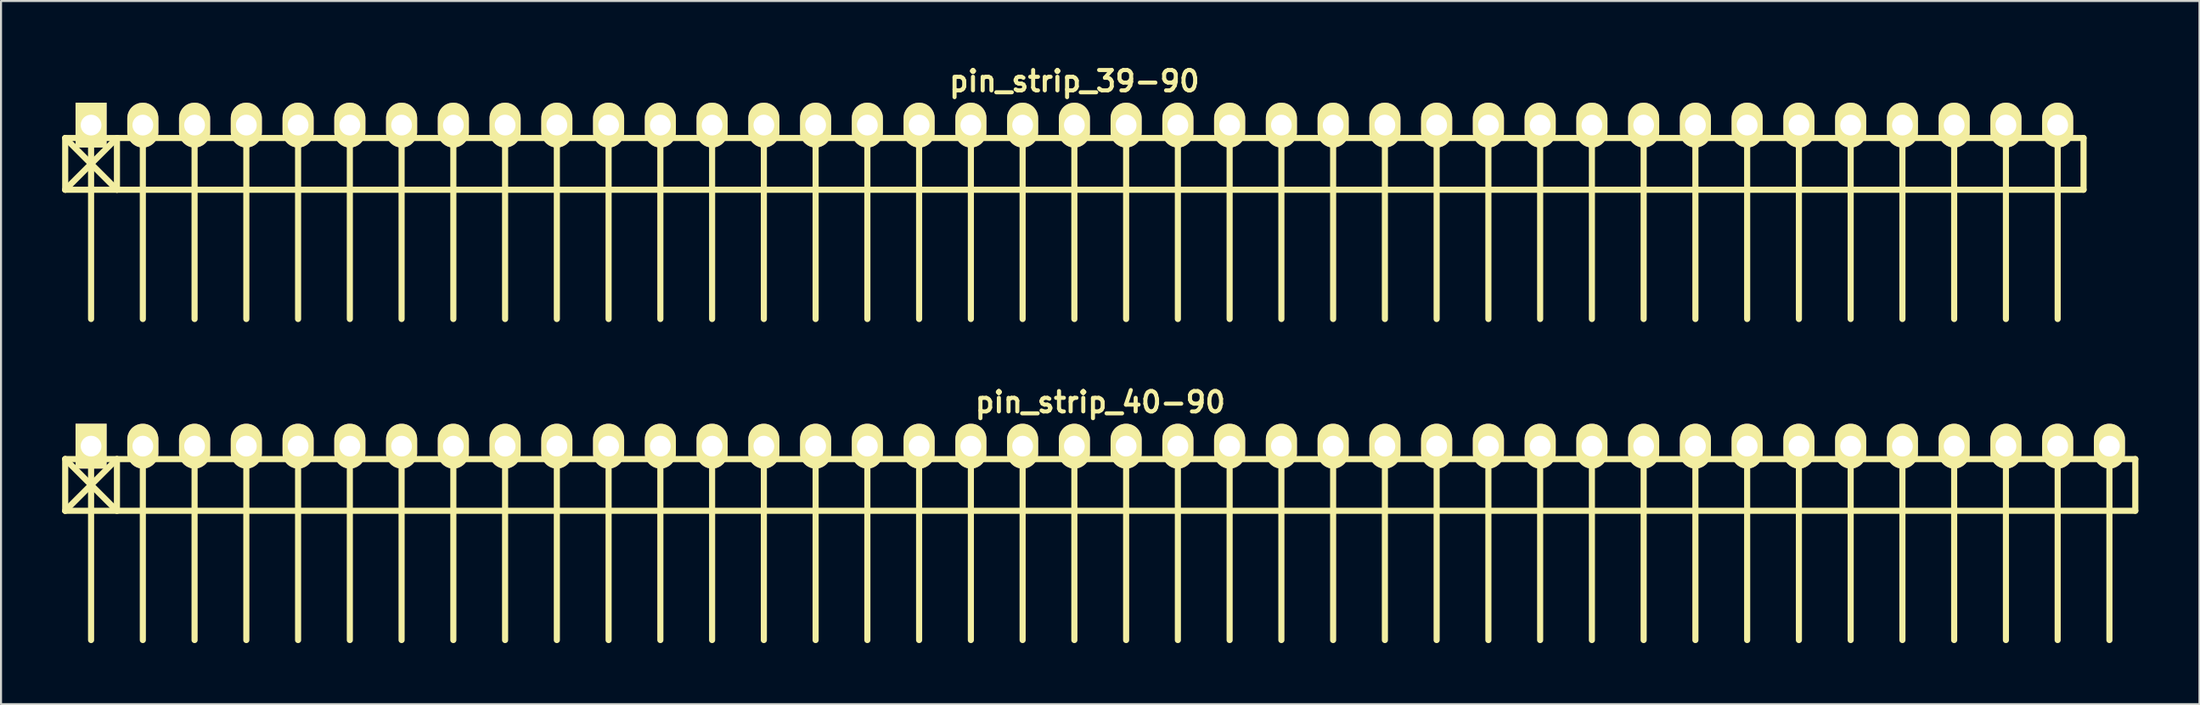
<source format=kicad_pcb>
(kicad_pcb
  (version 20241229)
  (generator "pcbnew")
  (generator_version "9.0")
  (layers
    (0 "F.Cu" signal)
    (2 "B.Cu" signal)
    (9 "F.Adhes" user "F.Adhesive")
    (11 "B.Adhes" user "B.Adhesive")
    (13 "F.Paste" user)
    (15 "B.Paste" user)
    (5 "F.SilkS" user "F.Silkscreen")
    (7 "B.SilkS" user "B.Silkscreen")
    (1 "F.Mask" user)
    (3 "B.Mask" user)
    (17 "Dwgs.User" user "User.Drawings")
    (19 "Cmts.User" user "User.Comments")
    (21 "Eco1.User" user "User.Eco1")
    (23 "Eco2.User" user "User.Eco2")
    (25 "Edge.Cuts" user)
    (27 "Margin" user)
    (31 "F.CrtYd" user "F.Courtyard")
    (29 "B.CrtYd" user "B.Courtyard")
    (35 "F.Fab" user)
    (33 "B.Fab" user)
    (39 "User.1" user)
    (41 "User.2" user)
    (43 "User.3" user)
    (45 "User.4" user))
  (footprint "pin_strip_40-90"
    (layer "F.Cu")
    (at 50.95 18.865)
    (property "Reference" "pin_strip_40-90" (at 0 -2.159 0) (layer "F.SilkS") (effects (font (size 1 1) (thickness 0.2))))
    (attr through_hole)
    (fp_line (start -50.8 0.635) (end 50.8 0.635) (stroke (width 0.3) (type solid)) (layer "F.SilkS"))
    (fp_line (start -50.8 3.175) (end -50.8 0.635) (stroke (width 0.3) (type solid)) (layer "F.SilkS"))
    (fp_line (start -50.8 3.175) (end -48.26 0.635) (stroke (width 0.3) (type solid)) (layer "F.SilkS"))
    (fp_line (start -49.53 0) (end -49.53 9.525) (stroke (width 0.3) (type solid)) (layer "F.SilkS"))
    (fp_line (start -48.26 0.635) (end -48.26 3.175) (stroke (width 0.3) (type solid)) (layer "F.SilkS"))
    (fp_line (start -48.26 3.175) (end -50.8 0.635) (stroke (width 0.3) (type solid)) (layer "F.SilkS"))
    (fp_line (start -46.99 0) (end -46.99 9.525) (stroke (width 0.3) (type solid)) (layer "F.SilkS"))
    (fp_line (start -44.45 9.525) (end -44.45 0) (stroke (width 0.3) (type solid)) (layer "F.SilkS"))
    (fp_line (start -41.91 0) (end -41.91 9.525) (stroke (width 0.3) (type solid)) (layer "F.SilkS"))
    (fp_line (start -39.37 0) (end -39.37 9.525) (stroke (width 0.3) (type solid)) (layer "F.SilkS"))
    (fp_line (start -36.83 0) (end -36.83 9.525) (stroke (width 0.3) (type solid)) (layer "F.SilkS"))
    (fp_line (start -34.29 0) (end -34.29 9.525) (stroke (width 0.3) (type solid)) (layer "F.SilkS"))
    (fp_line (start -31.75 0) (end -31.75 9.525) (stroke (width 0.3) (type solid)) (layer "F.SilkS"))
    (fp_line (start -29.21 0) (end -29.21 9.525) (stroke (width 0.3) (type solid)) (layer "F.SilkS"))
    (fp_line (start -26.67 0) (end -26.67 9.525) (stroke (width 0.3) (type solid)) (layer "F.SilkS"))
    (fp_line (start -24.13 0) (end -24.13 9.525) (stroke (width 0.3) (type solid)) (layer "F.SilkS"))
    (fp_line (start -21.59 0) (end -21.59 9.525) (stroke (width 0.3) (type solid)) (layer "F.SilkS"))
    (fp_line (start -19.05 9.525) (end -19.05 0) (stroke (width 0.3) (type solid)) (layer "F.SilkS"))
    (fp_line (start -16.51 0) (end -16.51 9.525) (stroke (width 0.3) (type solid)) (layer "F.SilkS"))
    (fp_line (start -13.97 0) (end -13.97 9.525) (stroke (width 0.3) (type solid)) (layer "F.SilkS"))
    (fp_line (start -11.43 0) (end -11.43 9.525) (stroke (width 0.3) (type solid)) (layer "F.SilkS"))
    (fp_line (start -8.89 0) (end -8.89 9.525) (stroke (width 0.3) (type solid)) (layer "F.SilkS"))
    (fp_line (start -6.35 0) (end -6.35 9.525) (stroke (width 0.3) (type solid)) (layer "F.SilkS"))
    (fp_line (start -3.81 0) (end -3.81 9.525) (stroke (width 0.3) (type solid)) (layer "F.SilkS"))
    (fp_line (start -1.27 0) (end -1.27 9.525) (stroke (width 0.3) (type solid)) (layer "F.SilkS"))
    (fp_line (start 1.27 0) (end 1.27 9.525) (stroke (width 0.3) (type solid)) (layer "F.SilkS"))
    (fp_line (start 3.81 0) (end 3.81 9.525) (stroke (width 0.3) (type solid)) (layer "F.SilkS"))
    (fp_line (start 6.35 9.525) (end 6.35 0) (stroke (width 0.3) (type solid)) (layer "F.SilkS"))
    (fp_line (start 8.89 0) (end 8.89 9.525) (stroke (width 0.3) (type solid)) (layer "F.SilkS"))
    (fp_line (start 11.43 0) (end 11.43 9.525) (stroke (width 0.3) (type solid)) (layer "F.SilkS"))
    (fp_line (start 13.97 0) (end 13.97 9.525) (stroke (width 0.3) (type solid)) (layer "F.SilkS"))
    (fp_line (start 16.51 0) (end 16.51 9.525) (stroke (width 0.3) (type solid)) (layer "F.SilkS"))
    (fp_line (start 19.05 0) (end 19.05 9.525) (stroke (width 0.3) (type solid)) (layer "F.SilkS"))
    (fp_line (start 21.59 0) (end 21.59 9.525) (stroke (width 0.3) (type solid)) (layer "F.SilkS"))
    (fp_line (start 24.13 0) (end 24.13 9.525) (stroke (width 0.3) (type solid)) (layer "F.SilkS"))
    (fp_line (start 26.67 0) (end 26.67 9.525) (stroke (width 0.3) (type solid)) (layer "F.SilkS"))
    (fp_line (start 29.21 0) (end 29.21 9.525) (stroke (width 0.3) (type solid)) (layer "F.SilkS"))
    (fp_line (start 31.75 9.525) (end 31.75 0) (stroke (width 0.3) (type solid)) (layer "F.SilkS"))
    (fp_line (start 34.29 0) (end 34.29 9.525) (stroke (width 0.3) (type solid)) (layer "F.SilkS"))
    (fp_line (start 36.83 0) (end 36.83 9.525) (stroke (width 0.3) (type solid)) (layer "F.SilkS"))
    (fp_line (start 39.37 0) (end 39.37 9.525) (stroke (width 0.3) (type solid)) (layer "F.SilkS"))
    (fp_line (start 41.91 0) (end 41.91 9.525) (stroke (width 0.3) (type solid)) (layer "F.SilkS"))
    (fp_line (start 44.45 0) (end 44.45 9.525) (stroke (width 0.3) (type solid)) (layer "F.SilkS"))
    (fp_line (start 46.99 0) (end 46.99 9.525) (stroke (width 0.3) (type solid)) (layer "F.SilkS"))
    (fp_line (start 49.53 0) (end 49.53 9.525) (stroke (width 0.3) (type solid)) (layer "F.SilkS"))
    (fp_line (start 50.8 0.635) (end 50.8 3.175) (stroke (width 0.3) (type solid)) (layer "F.SilkS"))
    (fp_line (start 50.8 3.175) (end -50.8 3.175) (stroke (width 0.3) (type solid)) (layer "F.SilkS"))
    (pad "1" thru_hole rect (at -49.53 0) (size 1.524 2.2) (drill 1.02) (layers "*.Cu" "*.Mask" "F.SilkS"))
    (pad "2" thru_hole oval (at -46.99 0) (size 1.524 2.2) (drill 1.02) (layers "*.Cu" "*.Mask" "F.SilkS"))
    (pad "3" thru_hole oval (at -44.45 0) (size 1.524 2.2) (drill 1.02) (layers "*.Cu" "*.Mask" "F.SilkS"))
    (pad "4" thru_hole oval (at -41.91 0) (size 1.524 2.2) (drill 1.02) (layers "*.Cu" "*.Mask" "F.SilkS"))
    (pad "5" thru_hole oval (at -39.37 0) (size 1.524 2.2) (drill 1.02) (layers "*.Cu" "*.Mask" "F.SilkS"))
    (pad "6" thru_hole oval (at -36.83 0) (size 1.524 2.2) (drill 1.02) (layers "*.Cu" "*.Mask" "F.SilkS"))
    (pad "7" thru_hole oval (at -34.29 0) (size 1.524 2.2) (drill 1.02) (layers "*.Cu" "*.Mask" "F.SilkS"))
    (pad "8" thru_hole oval (at -31.75 0) (size 1.524 2.2) (drill 1.02) (layers "*.Cu" "*.Mask" "F.SilkS"))
    (pad "9" thru_hole oval (at -29.21 0) (size 1.524 2.2) (drill 1.02) (layers "*.Cu" "*.Mask" "F.SilkS"))
    (pad "10" thru_hole oval (at -26.67 0) (size 1.524 2.2) (drill 1.02) (layers "*.Cu" "*.Mask" "F.SilkS"))
    (pad "11" thru_hole oval (at -24.13 0) (size 1.524 2.2) (drill 1.02) (layers "*.Cu" "*.Mask" "F.SilkS"))
    (pad "12" thru_hole oval (at -21.59 0) (size 1.524 2.2) (drill 1.02) (layers "*.Cu" "*.Mask" "F.SilkS"))
    (pad "13" thru_hole oval (at -19.05 0) (size 1.524 2.2) (drill 1.02) (layers "*.Cu" "*.Mask" "F.SilkS"))
    (pad "14" thru_hole oval (at -16.51 0) (size 1.524 2.2) (drill 1.02) (layers "*.Cu" "*.Mask" "F.SilkS"))
    (pad "15" thru_hole oval (at -13.97 0) (size 1.524 2.2) (drill 1.02) (layers "*.Cu" "*.Mask" "F.SilkS"))
    (pad "16" thru_hole oval (at -11.43 0) (size 1.524 2.2) (drill 1.02) (layers "*.Cu" "*.Mask" "F.SilkS"))
    (pad "17" thru_hole oval (at -8.89 0) (size 1.524 2.2) (drill 1.02) (layers "*.Cu" "*.Mask" "F.SilkS"))
    (pad "18" thru_hole oval (at -6.35 0) (size 1.524 2.2) (drill 1.02) (layers "*.Cu" "*.Mask" "F.SilkS"))
    (pad "19" thru_hole oval (at -3.81 0) (size 1.524 2.2) (drill 1.02) (layers "*.Cu" "*.Mask" "F.SilkS"))
    (pad "20" thru_hole oval (at -1.27 0) (size 1.524 2.2) (drill 1.02) (layers "*.Cu" "*.Mask" "F.SilkS"))
    (pad "21" thru_hole oval (at 1.27 0) (size 1.524 2.2) (drill 1.02) (layers "*.Cu" "*.Mask" "F.SilkS"))
    (pad "22" thru_hole oval (at 3.81 0) (size 1.524 2.2) (drill 1.02) (layers "*.Cu" "*.Mask" "F.SilkS"))
    (pad "23" thru_hole oval (at 6.35 0) (size 1.524 2.2) (drill 1.02) (layers "*.Cu" "*.Mask" "F.SilkS"))
    (pad "24" thru_hole oval (at 8.89 0) (size 1.524 2.2) (drill 1.02) (layers "*.Cu" "*.Mask" "F.SilkS"))
    (pad "25" thru_hole oval (at 11.43 0) (size 1.524 2.2) (drill 1.02) (layers "*.Cu" "*.Mask" "F.SilkS"))
    (pad "26" thru_hole oval (at 13.97 0) (size 1.524 2.2) (drill 1.02) (layers "*.Cu" "*.Mask" "F.SilkS"))
    (pad "27" thru_hole oval (at 16.51 0) (size 1.524 2.2) (drill 1.02) (layers "*.Cu" "*.Mask" "F.SilkS"))
    (pad "28" thru_hole oval (at 19.05 0) (size 1.524 2.2) (drill 1.02) (layers "*.Cu" "*.Mask" "F.SilkS"))
    (pad "29" thru_hole oval (at 21.59 0) (size 1.524 2.2) (drill 1.02) (layers "*.Cu" "*.Mask" "F.SilkS"))
    (pad "30" thru_hole oval (at 24.13 0) (size 1.524 2.2) (drill 1.02) (layers "*.Cu" "*.Mask" "F.SilkS"))
    (pad "31" thru_hole oval (at 26.67 0) (size 1.524 2.2) (drill 1.02) (layers "*.Cu" "*.Mask" "F.SilkS"))
    (pad "32" thru_hole oval (at 29.21 0) (size 1.524 2.2) (drill 1.02) (layers "*.Cu" "*.Mask" "F.SilkS"))
    (pad "33" thru_hole oval (at 31.75 0) (size 1.524 2.2) (drill 1.02) (layers "*.Cu" "*.Mask" "F.SilkS"))
    (pad "34" thru_hole oval (at 34.29 0) (size 1.524 2.2) (drill 1.02) (layers "*.Cu" "*.Mask" "F.SilkS"))
    (pad "35" thru_hole oval (at 36.83 0) (size 1.524 2.2) (drill 1.02) (layers "*.Cu" "*.Mask" "F.SilkS"))
    (pad "36" thru_hole oval (at 39.37 0) (size 1.524 2.2) (drill 1.02) (layers "*.Cu" "*.Mask" "F.SilkS"))
    (pad "37" thru_hole oval (at 41.91 0) (size 1.524 2.2) (drill 1.02) (layers "*.Cu" "*.Mask" "F.SilkS"))
    (pad "38" thru_hole oval (at 44.45 0) (size 1.524 2.2) (drill 1.02) (layers "*.Cu" "*.Mask" "F.SilkS"))
    (pad "39" thru_hole oval (at 46.99 0) (size 1.524 2.2) (drill 1.02) (layers "*.Cu" "*.Mask" "F.SilkS"))
    (pad "40" thru_hole oval (at 49.53 0) (size 1.524 2.2) (drill 1.02) (layers "*.Cu" "*.Mask" "F.SilkS")))
  (footprint "pin_strip_39-90"
    (layer "F.Cu")
    (at 49.68 3.095)
    (property "Reference" "pin_strip_39-90" (at 0 -2.159 0) (layer "F.SilkS") (effects (font (size 1 1) (thickness 0.2))))
    (attr through_hole)
    (fp_line (start -49.53 0.635) (end 49.53 0.635) (stroke (width 0.3) (type solid)) (layer "F.SilkS"))
    (fp_line (start -49.53 3.175) (end -49.53 0.635) (stroke (width 0.3) (type solid)) (layer "F.SilkS"))
    (fp_line (start -49.53 3.175) (end -46.99 0.635) (stroke (width 0.3) (type solid)) (layer "F.SilkS"))
    (fp_line (start -48.26 0) (end -48.26 9.525) (stroke (width 0.3) (type solid)) (layer "F.SilkS"))
    (fp_line (start -46.99 0.635) (end -46.99 3.175) (stroke (width 0.3) (type solid)) (layer "F.SilkS"))
    (fp_line (start -46.99 3.175) (end -49.53 0.635) (stroke (width 0.3) (type solid)) (layer "F.SilkS"))
    (fp_line (start -45.72 0) (end -45.72 9.525) (stroke (width 0.3) (type solid)) (layer "F.SilkS"))
    (fp_line (start -43.18 9.525) (end -43.18 0) (stroke (width 0.3) (type solid)) (layer "F.SilkS"))
    (fp_line (start -40.64 0) (end -40.64 9.525) (stroke (width 0.3) (type solid)) (layer "F.SilkS"))
    (fp_line (start -38.1 0) (end -38.1 9.525) (stroke (width 0.3) (type solid)) (layer "F.SilkS"))
    (fp_line (start -35.56 0) (end -35.56 9.525) (stroke (width 0.3) (type solid)) (layer "F.SilkS"))
    (fp_line (start -33.02 0) (end -33.02 9.525) (stroke (width 0.3) (type solid)) (layer "F.SilkS"))
    (fp_line (start -30.48 0) (end -30.48 9.525) (stroke (width 0.3) (type solid)) (layer "F.SilkS"))
    (fp_line (start -27.94 0) (end -27.94 9.525) (stroke (width 0.3) (type solid)) (layer "F.SilkS"))
    (fp_line (start -25.4 0) (end -25.4 9.525) (stroke (width 0.3) (type solid)) (layer "F.SilkS"))
    (fp_line (start -22.86 0) (end -22.86 9.525) (stroke (width 0.3) (type solid)) (layer "F.SilkS"))
    (fp_line (start -20.32 0) (end -20.32 9.525) (stroke (width 0.3) (type solid)) (layer "F.SilkS"))
    (fp_line (start -17.78 9.525) (end -17.78 0) (stroke (width 0.3) (type solid)) (layer "F.SilkS"))
    (fp_line (start -15.24 0) (end -15.24 9.525) (stroke (width 0.3) (type solid)) (layer "F.SilkS"))
    (fp_line (start -12.7 0) (end -12.7 9.525) (stroke (width 0.3) (type solid)) (layer "F.SilkS"))
    (fp_line (start -10.16 0) (end -10.16 9.525) (stroke (width 0.3) (type solid)) (layer "F.SilkS"))
    (fp_line (start -7.62 0) (end -7.62 9.525) (stroke (width 0.3) (type solid)) (layer "F.SilkS"))
    (fp_line (start -5.08 0) (end -5.08 9.525) (stroke (width 0.3) (type solid)) (layer "F.SilkS"))
    (fp_line (start -2.54 0) (end -2.54 9.525) (stroke (width 0.3) (type solid)) (layer "F.SilkS"))
    (fp_line (start 0 0) (end 0 9.525) (stroke (width 0.3) (type solid)) (layer "F.SilkS"))
    (fp_line (start 2.54 0) (end 2.54 9.525) (stroke (width 0.3) (type solid)) (layer "F.SilkS"))
    (fp_line (start 5.08 0) (end 5.08 9.525) (stroke (width 0.3) (type solid)) (layer "F.SilkS"))
    (fp_line (start 7.62 9.525) (end 7.62 0) (stroke (width 0.3) (type solid)) (layer "F.SilkS"))
    (fp_line (start 10.16 0) (end 10.16 9.525) (stroke (width 0.3) (type solid)) (layer "F.SilkS"))
    (fp_line (start 12.7 0) (end 12.7 9.525) (stroke (width 0.3) (type solid)) (layer "F.SilkS"))
    (fp_line (start 15.24 0) (end 15.24 9.525) (stroke (width 0.3) (type solid)) (layer "F.SilkS"))
    (fp_line (start 17.78 0) (end 17.78 9.525) (stroke (width 0.3) (type solid)) (layer "F.SilkS"))
    (fp_line (start 20.32 0) (end 20.32 9.525) (stroke (width 0.3) (type solid)) (layer "F.SilkS"))
    (fp_line (start 22.86 0) (end 22.86 9.525) (stroke (width 0.3) (type solid)) (layer "F.SilkS"))
    (fp_line (start 25.4 0) (end 25.4 9.525) (stroke (width 0.3) (type solid)) (layer "F.SilkS"))
    (fp_line (start 27.94 0) (end 27.94 9.525) (stroke (width 0.3) (type solid)) (layer "F.SilkS"))
    (fp_line (start 30.48 0) (end 30.48 9.525) (stroke (width 0.3) (type solid)) (layer "F.SilkS"))
    (fp_line (start 33.02 9.525) (end 33.02 0) (stroke (width 0.3) (type solid)) (layer "F.SilkS"))
    (fp_line (start 35.56 0) (end 35.56 9.525) (stroke (width 0.3) (type solid)) (layer "F.SilkS"))
    (fp_line (start 38.1 0) (end 38.1 9.525) (stroke (width 0.3) (type solid)) (layer "F.SilkS"))
    (fp_line (start 40.64 0) (end 40.64 9.525) (stroke (width 0.3) (type solid)) (layer "F.SilkS"))
    (fp_line (start 43.18 0) (end 43.18 9.525) (stroke (width 0.3) (type solid)) (layer "F.SilkS"))
    (fp_line (start 45.72 0) (end 45.72 9.525) (stroke (width 0.3) (type solid)) (layer "F.SilkS"))
    (fp_line (start 48.26 0) (end 48.26 9.525) (stroke (width 0.3) (type solid)) (layer "F.SilkS"))
    (fp_line (start 49.53 0.635) (end 49.53 3.175) (stroke (width 0.3) (type solid)) (layer "F.SilkS"))
    (fp_line (start 49.53 3.175) (end -49.53 3.175) (stroke (width 0.3) (type solid)) (layer "F.SilkS"))
    (pad "1" thru_hole rect (at -48.26 0) (size 1.524 2.2) (drill 1.02) (layers "*.Cu" "*.Mask" "F.SilkS"))
    (pad "2" thru_hole oval (at -45.72 0) (size 1.524 2.2) (drill 1.02) (layers "*.Cu" "*.Mask" "F.SilkS"))
    (pad "3" thru_hole oval (at -43.18 0) (size 1.524 2.2) (drill 1.02) (layers "*.Cu" "*.Mask" "F.SilkS"))
    (pad "4" thru_hole oval (at -40.64 0) (size 1.524 2.2) (drill 1.02) (layers "*.Cu" "*.Mask" "F.SilkS"))
    (pad "5" thru_hole oval (at -38.1 0) (size 1.524 2.2) (drill 1.02) (layers "*.Cu" "*.Mask" "F.SilkS"))
    (pad "6" thru_hole oval (at -35.56 0) (size 1.524 2.2) (drill 1.02) (layers "*.Cu" "*.Mask" "F.SilkS"))
    (pad "7" thru_hole oval (at -33.02 0) (size 1.524 2.2) (drill 1.02) (layers "*.Cu" "*.Mask" "F.SilkS"))
    (pad "8" thru_hole oval (at -30.48 0) (size 1.524 2.2) (drill 1.02) (layers "*.Cu" "*.Mask" "F.SilkS"))
    (pad "9" thru_hole oval (at -27.94 0) (size 1.524 2.2) (drill 1.02) (layers "*.Cu" "*.Mask" "F.SilkS"))
    (pad "10" thru_hole oval (at -25.4 0) (size 1.524 2.2) (drill 1.02) (layers "*.Cu" "*.Mask" "F.SilkS"))
    (pad "11" thru_hole oval (at -22.86 0) (size 1.524 2.2) (drill 1.02) (layers "*.Cu" "*.Mask" "F.SilkS"))
    (pad "12" thru_hole oval (at -20.32 0) (size 1.524 2.2) (drill 1.02) (layers "*.Cu" "*.Mask" "F.SilkS"))
    (pad "13" thru_hole oval (at -17.78 0) (size 1.524 2.2) (drill 1.02) (layers "*.Cu" "*.Mask" "F.SilkS"))
    (pad "14" thru_hole oval (at -15.24 0) (size 1.524 2.2) (drill 1.02) (layers "*.Cu" "*.Mask" "F.SilkS"))
    (pad "15" thru_hole oval (at -12.7 0) (size 1.524 2.2) (drill 1.02) (layers "*.Cu" "*.Mask" "F.SilkS"))
    (pad "16" thru_hole oval (at -10.16 0) (size 1.524 2.2) (drill 1.02) (layers "*.Cu" "*.Mask" "F.SilkS"))
    (pad "17" thru_hole oval (at -7.62 0) (size 1.524 2.2) (drill 1.02) (layers "*.Cu" "*.Mask" "F.SilkS"))
    (pad "18" thru_hole oval (at -5.08 0) (size 1.524 2.2) (drill 1.02) (layers "*.Cu" "*.Mask" "F.SilkS"))
    (pad "19" thru_hole oval (at -2.54 0) (size 1.524 2.2) (drill 1.02) (layers "*.Cu" "*.Mask" "F.SilkS"))
    (pad "20" thru_hole oval (at 0 0) (size 1.524 2.2) (drill 1.02) (layers "*.Cu" "*.Mask" "F.SilkS"))
    (pad "21" thru_hole oval (at 2.54 0) (size 1.524 2.2) (drill 1.02) (layers "*.Cu" "*.Mask" "F.SilkS"))
    (pad "22" thru_hole oval (at 5.08 0) (size 1.524 2.2) (drill 1.02) (layers "*.Cu" "*.Mask" "F.SilkS"))
    (pad "23" thru_hole oval (at 7.62 0) (size 1.524 2.2) (drill 1.02) (layers "*.Cu" "*.Mask" "F.SilkS"))
    (pad "24" thru_hole oval (at 10.16 0) (size 1.524 2.2) (drill 1.02) (layers "*.Cu" "*.Mask" "F.SilkS"))
    (pad "25" thru_hole oval (at 12.7 0) (size 1.524 2.2) (drill 1.02) (layers "*.Cu" "*.Mask" "F.SilkS"))
    (pad "26" thru_hole oval (at 15.24 0) (size 1.524 2.2) (drill 1.02) (layers "*.Cu" "*.Mask" "F.SilkS"))
    (pad "27" thru_hole oval (at 17.78 0) (size 1.524 2.2) (drill 1.02) (layers "*.Cu" "*.Mask" "F.SilkS"))
    (pad "28" thru_hole oval (at 20.32 0) (size 1.524 2.2) (drill 1.02) (layers "*.Cu" "*.Mask" "F.SilkS"))
    (pad "29" thru_hole oval (at 22.86 0) (size 1.524 2.2) (drill 1.02) (layers "*.Cu" "*.Mask" "F.SilkS"))
    (pad "30" thru_hole oval (at 25.4 0) (size 1.524 2.2) (drill 1.02) (layers "*.Cu" "*.Mask" "F.SilkS"))
    (pad "31" thru_hole oval (at 27.94 0) (size 1.524 2.2) (drill 1.02) (layers "*.Cu" "*.Mask" "F.SilkS"))
    (pad "32" thru_hole oval (at 30.48 0) (size 1.524 2.2) (drill 1.02) (layers "*.Cu" "*.Mask" "F.SilkS"))
    (pad "33" thru_hole oval (at 33.02 0) (size 1.524 2.2) (drill 1.02) (layers "*.Cu" "*.Mask" "F.SilkS"))
    (pad "34" thru_hole oval (at 35.56 0) (size 1.524 2.2) (drill 1.02) (layers "*.Cu" "*.Mask" "F.SilkS"))
    (pad "35" thru_hole oval (at 38.1 0) (size 1.524 2.2) (drill 1.02) (layers "*.Cu" "*.Mask" "F.SilkS"))
    (pad "36" thru_hole oval (at 40.64 0) (size 1.524 2.2) (drill 1.02) (layers "*.Cu" "*.Mask" "F.SilkS"))
    (pad "37" thru_hole oval (at 43.18 0) (size 1.524 2.2) (drill 1.02) (layers "*.Cu" "*.Mask" "F.SilkS"))
    (pad "38" thru_hole oval (at 45.72 0) (size 1.524 2.2) (drill 1.02) (layers "*.Cu" "*.Mask" "F.SilkS"))
    (pad "39" thru_hole oval (at 48.26 0) (size 1.524 2.2) (drill 1.02) (layers "*.Cu" "*.Mask" "F.SilkS")))
  (gr_rect
    (start -3 -3)
    (end 104.9 31.54)
    (stroke (width 0.1) (type default))
    (fill no)
    (layer "Edge.Cuts")))
</source>
